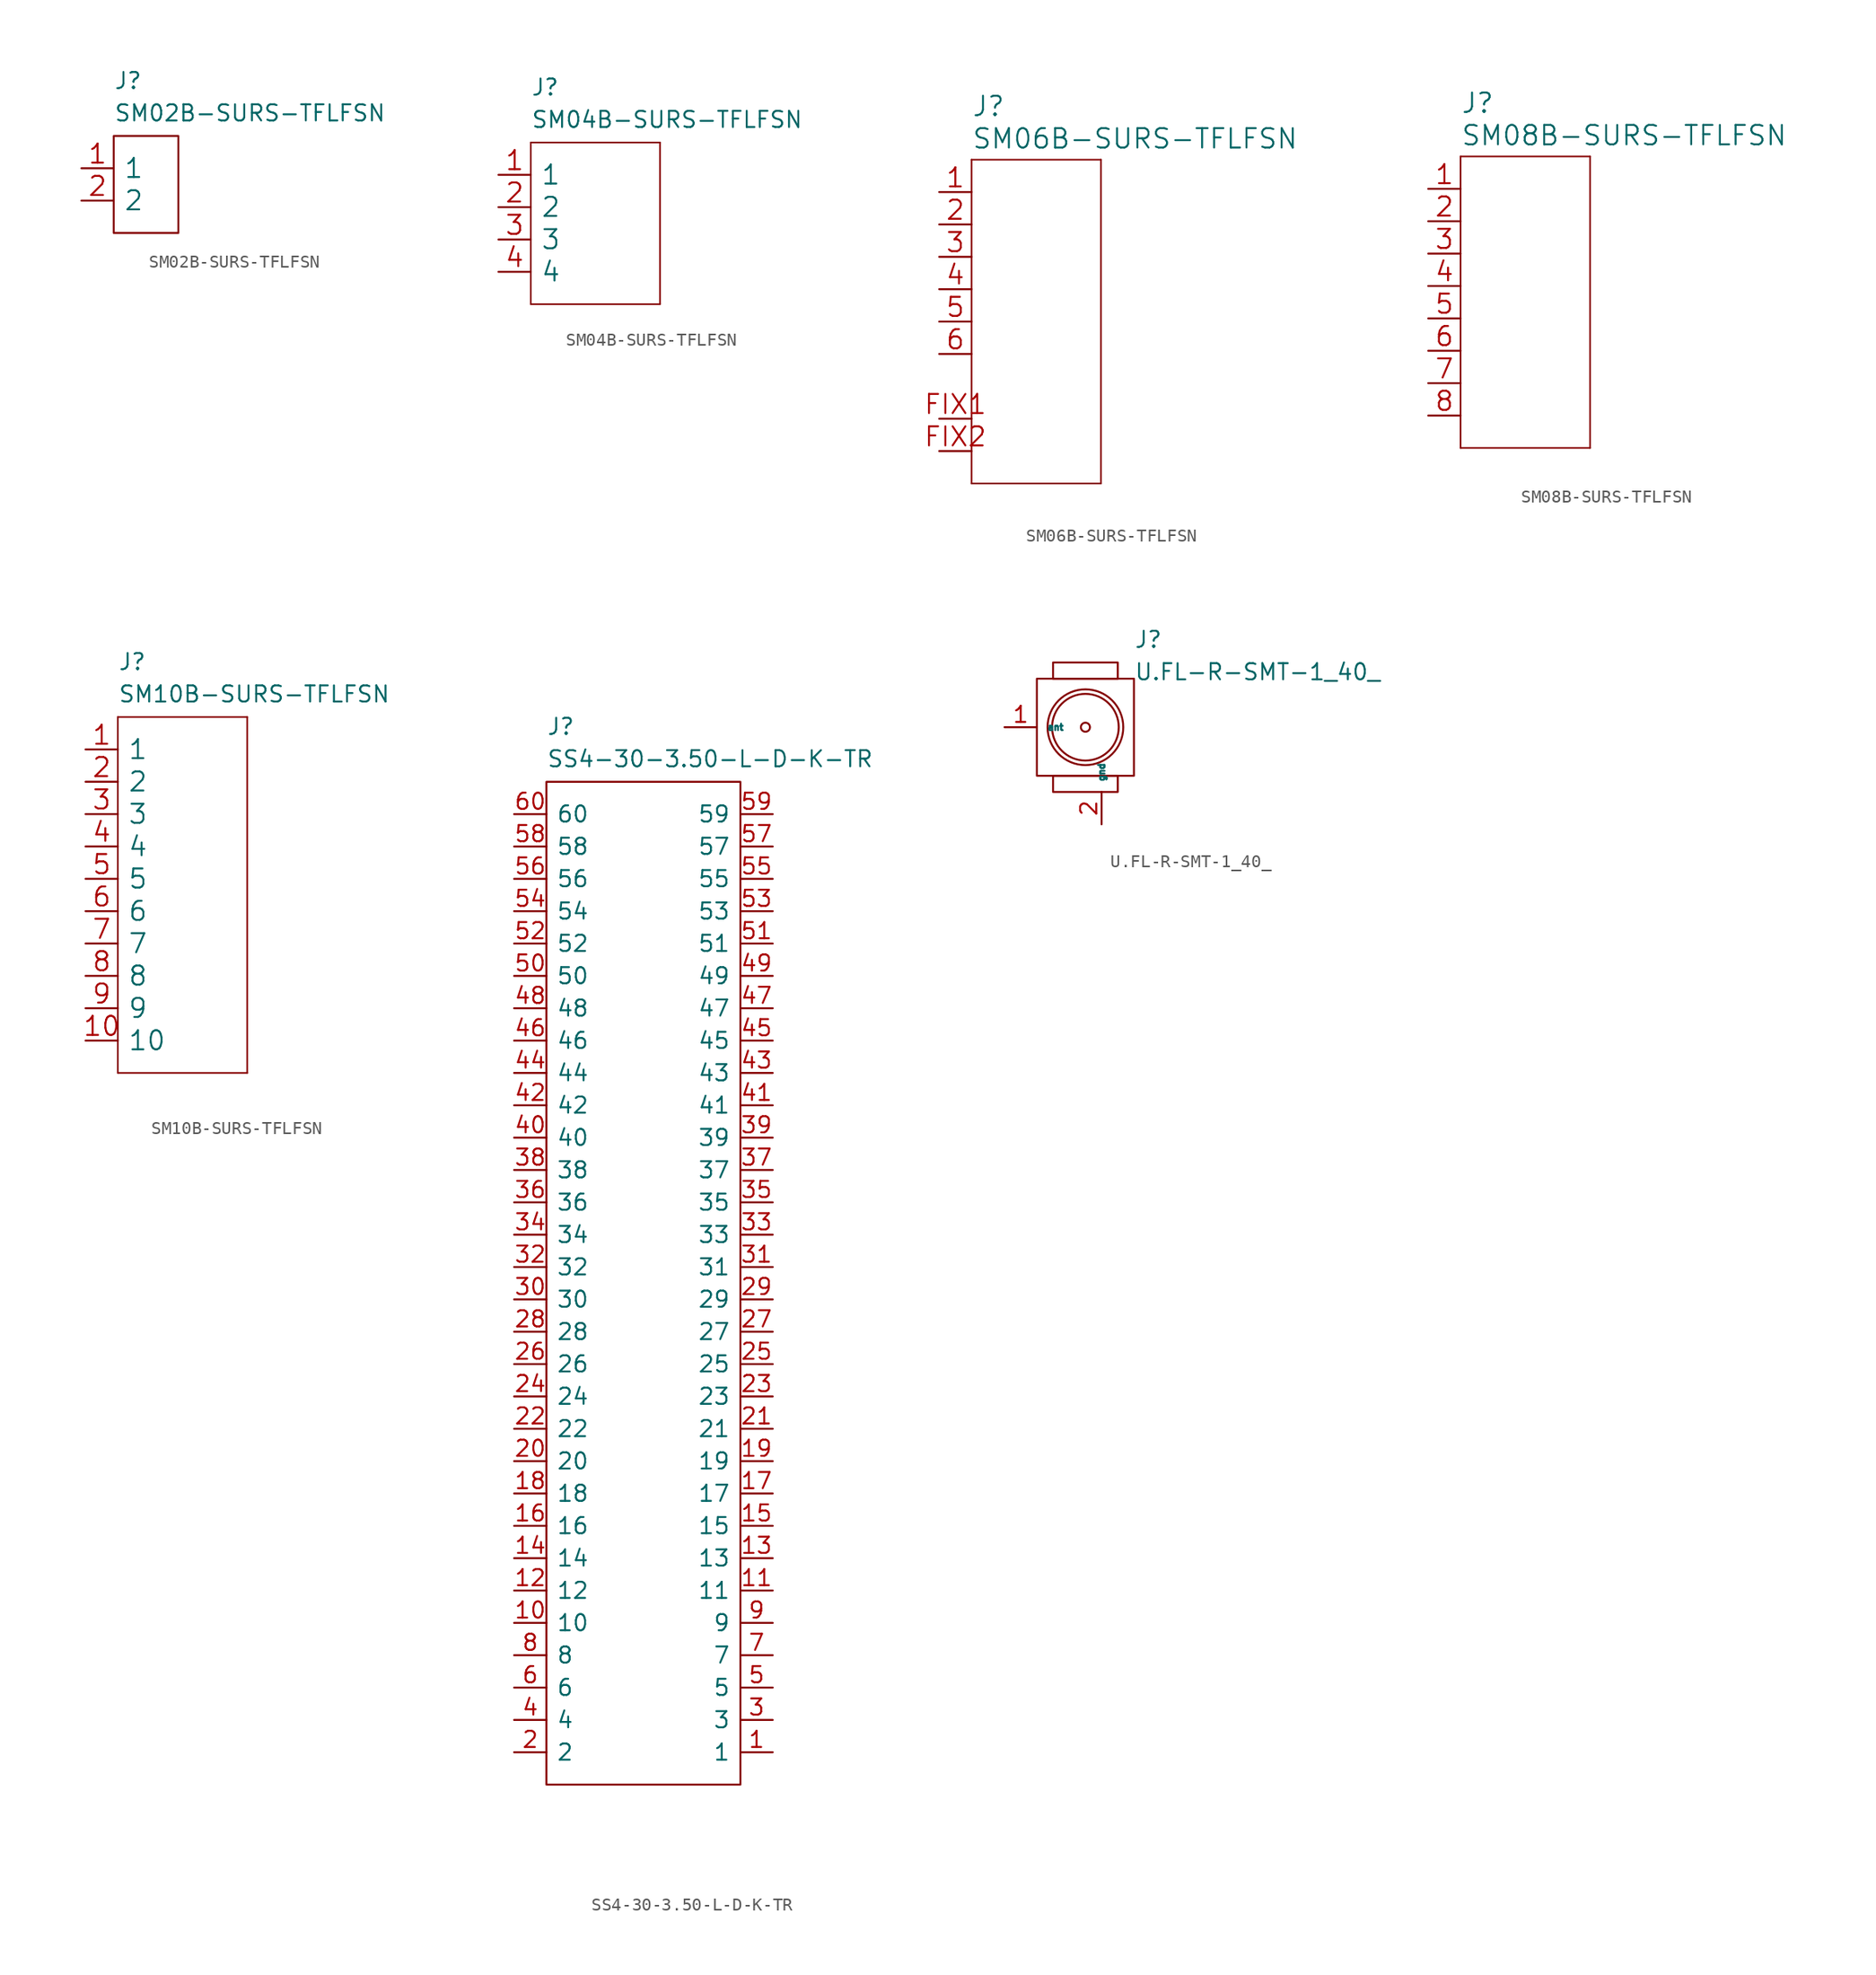
<source format=kicad_sym>
(kicad_symbol_lib
  (version 20241209)
  (generator "kicad_symbol_editor")
  (generator_version "9.0")
  (symbol "SM02B-SURS-TFLFSN"
    (pin_names
      (offset 0.762))
    (property "Reference" "J"
      (at 2.54 7.62 0)
      (effects (font (size 1.27 1.27)) (justify left top)))
    (property "Value" "SM02B-SURS-TFLFSN"
      (at 2.54 5.08 0)
      (effects (font (size 1.27 1.27)) (justify left top)))
    (symbol "SM02B-SURS-TFLFSN_0_1"
      (rectangle (start 2.54 2.54) (end 7.62 -5.08) (stroke (width 0) (type default)) (fill (type none))))
    (symbol "SM02B-SURS-TFLFSN_1_1"
      (pin free line (at 0 0 0) (length 2.54) (name "1" (effects (font (size 1.499 1.499)))) (number "1" (effects (font (size 1.499 1.499)))))
      (pin free line (at 0 -2.54 0) (length 2.54) (name "2" (effects (font (size 1.499 1.499)))) (number "2" (effects (font (size 1.499 1.499)))))))
  (symbol "SM04B-SURS-TFLFSN"
    (pin_names
      (offset 0.762))
    (property "Reference" "J"
      (at 2.54 7.62 0)
      (effects (font (size 1.27 1.27)) (justify left top)))
    (property "Value" "SM04B-SURS-TFLFSN"
      (at 2.54 5.08 0)
      (effects (font (size 1.27 1.27)) (justify left top)))
    (symbol "SM04B-SURS-TFLFSN_1_1"
      (polyline (pts (xy 2.54 2.54) (xy 2.54 -10.16)) (stroke (width 0.127) (type default)) (fill (type none)))
      (polyline (pts (xy 2.54 -10.16) (xy 12.7 -10.16)) (stroke (width 0.127) (type default)) (fill (type none)))
      (polyline (pts (xy 12.7 2.54) (xy 2.54 2.54)) (stroke (width 0.127) (type default)) (fill (type none)))
      (polyline (pts (xy 12.7 -10.16) (xy 12.7 2.54)) (stroke (width 0.127) (type default)) (fill (type none)))
      (pin free line (at 0 0 0) (length 2.54) (name "1" (effects (font (size 1.499 1.499)))) (number "1" (effects (font (size 1.499 1.499)))))
      (pin free line (at 0 -2.54 0) (length 2.54) (name "2" (effects (font (size 1.499 1.499)))) (number "2" (effects (font (size 1.499 1.499)))))
      (pin free line (at 0 -5.08 0) (length 2.54) (name "3" (effects (font (size 1.499 1.499)))) (number "3" (effects (font (size 1.499 1.499)))))
      (pin free line (at 0 -7.62 0) (length 2.54) (name "4" (effects (font (size 1.499 1.499)))) (number "4" (effects (font (size 1.499 1.499)))))))
  (symbol "SM06B-SURS-TFLFSN"
    (pin_names
      (offset 0.254)
      (hide yes))
    (property "Reference" "J"
      (at 2.54 7.62 0)
      (effects (font (size 1.524 1.524)) (justify left top)))
    (property "Value" "SM06B-SURS-TFLFSN"
      (at 2.54 5.08 0)
      (effects (font (size 1.524 1.524)) (justify left top)))
    (property "Datasheet" ""
      (at 0 0 0)
      (effects (font (size 1.524 1.524))))
    (symbol "SM06B-SURS-TFLFSN_1_1"
      (polyline (pts (xy 2.54 2.54) (xy 2.54 -22.86)) (stroke (width 0.127) (type default)) (fill (type none)))
      (polyline (pts (xy 2.54 -22.86) (xy 12.7 -22.86)) (stroke (width 0.127) (type default)) (fill (type none)))
      (polyline (pts (xy 12.7 2.54) (xy 2.54 2.54)) (stroke (width 0.127) (type default)) (fill (type none)))
      (polyline (pts (xy 12.7 -22.86) (xy 12.7 2.54)) (stroke (width 0.127) (type default)) (fill (type none)))
      (pin free line (at 0 0 0) (length 2.54) (name "1" (effects (font (size 1.499 1.499)))) (number "1" (effects (font (size 1.499 1.499)))))
      (pin free line (at 0 -2.54 0) (length 2.54) (name "2" (effects (font (size 1.499 1.499)))) (number "2" (effects (font (size 1.499 1.499)))))
      (pin free line (at 0 -5.08 0) (length 2.54) (name "3" (effects (font (size 1.499 1.499)))) (number "3" (effects (font (size 1.499 1.499)))))
      (pin free line (at 0 -7.62 0) (length 2.54) (name "4" (effects (font (size 1.499 1.499)))) (number "4" (effects (font (size 1.499 1.499)))))
      (pin free line (at 0 -10.16 0) (length 2.54) (name "5" (effects (font (size 1.499 1.499)))) (number "5" (effects (font (size 1.499 1.499)))))
      (pin free line (at 0 -12.7 0) (length 2.54) (name "6" (effects (font (size 1.499 1.499)))) (number "6" (effects (font (size 1.499 1.499)))))
      (pin free line (at 0 -17.78 0) (length 2.54) (name "FIX1" (effects (font (size 1.499 1.499)))) (number "FIX1" (effects (font (size 1.499 1.499)))))
      (pin free line (at 0 -20.32 0) (length 2.54) (name "FIX2" (effects (font (size 1.499 1.499)))) (number "FIX2" (effects (font (size 1.499 1.499)))))))
  (symbol "SM08B-SURS-TFLFSN"
    (pin_names
      (offset 0.254)
      (hide yes))
    (property "Reference" "J"
      (at 2.54 7.62 0)
      (effects (font (size 1.524 1.524)) (justify left top)))
    (property "Value" "SM08B-SURS-TFLFSN"
      (at 2.54 5.08 0)
      (effects (font (size 1.524 1.524)) (justify left top)))
    (property "Datasheet" ""
      (at 0 0 0)
      (effects (font (size 1.524 1.524))))
    (symbol "SM08B-SURS-TFLFSN_1_1"
      (polyline (pts (xy 2.54 2.54) (xy 2.54 -20.32)) (stroke (width 0.127) (type default)) (fill (type none)))
      (polyline (pts (xy 2.54 -20.32) (xy 12.7 -20.32)) (stroke (width 0.127) (type default)) (fill (type none)))
      (polyline (pts (xy 12.7 2.54) (xy 2.54 2.54)) (stroke (width 0.127) (type default)) (fill (type none)))
      (polyline (pts (xy 12.7 -20.32) (xy 12.7 2.54)) (stroke (width 0.127) (type default)) (fill (type none)))
      (pin free line (at 0 0 0) (length 2.54) (name "1" (effects (font (size 1.499 1.499)))) (number "1" (effects (font (size 1.499 1.499)))))
      (pin free line (at 0 -2.54 0) (length 2.54) (name "2" (effects (font (size 1.499 1.499)))) (number "2" (effects (font (size 1.499 1.499)))))
      (pin free line (at 0 -5.08 0) (length 2.54) (name "3" (effects (font (size 1.499 1.499)))) (number "3" (effects (font (size 1.499 1.499)))))
      (pin free line (at 0 -7.62 0) (length 2.54) (name "4" (effects (font (size 1.499 1.499)))) (number "4" (effects (font (size 1.499 1.499)))))
      (pin free line (at 0 -10.16 0) (length 2.54) (name "5" (effects (font (size 1.499 1.499)))) (number "5" (effects (font (size 1.499 1.499)))))
      (pin free line (at 0 -12.7 0) (length 2.54) (name "6" (effects (font (size 1.499 1.499)))) (number "6" (effects (font (size 1.499 1.499)))))
      (pin free line (at 0 -15.24 0) (length 2.54) (name "7" (effects (font (size 1.499 1.499)))) (number "7" (effects (font (size 1.499 1.499)))))
      (pin free line (at 0 -17.78 0) (length 2.54) (name "8" (effects (font (size 1.499 1.499)))) (number "8" (effects (font (size 1.499 1.499)))))))
  (symbol "SM10B-SURS-TFLFSN"
    (pin_names
      (offset 0.762))
    (property "Reference" "J"
      (at 2.54 7.62 0)
      (effects (font (size 1.27 1.27)) (justify left top)))
    (property "Value" "SM10B-SURS-TFLFSN"
      (at 2.54 5.08 0)
      (effects (font (size 1.27 1.27)) (justify left top)))
    (symbol "SM10B-SURS-TFLFSN_1_1"
      (polyline (pts (xy 2.54 2.54) (xy 2.54 -25.4)) (stroke (width 0.127) (type default)) (fill (type none)))
      (polyline (pts (xy 2.54 -25.4) (xy 12.7 -25.4)) (stroke (width 0.127) (type default)) (fill (type none)))
      (polyline (pts (xy 12.7 2.54) (xy 2.54 2.54)) (stroke (width 0.127) (type default)) (fill (type none)))
      (polyline (pts (xy 12.7 -25.4) (xy 12.7 2.54)) (stroke (width 0.127) (type default)) (fill (type none)))
      (pin free line (at 0 0 0) (length 2.54) (name "1" (effects (font (size 1.499 1.499)))) (number "1" (effects (font (size 1.499 1.499)))))
      (pin free line (at 0 -2.54 0) (length 2.54) (name "2" (effects (font (size 1.499 1.499)))) (number "2" (effects (font (size 1.499 1.499)))))
      (pin free line (at 0 -5.08 0) (length 2.54) (name "3" (effects (font (size 1.499 1.499)))) (number "3" (effects (font (size 1.499 1.499)))))
      (pin free line (at 0 -7.62 0) (length 2.54) (name "4" (effects (font (size 1.499 1.499)))) (number "4" (effects (font (size 1.499 1.499)))))
      (pin free line (at 0 -10.16 0) (length 2.54) (name "5" (effects (font (size 1.499 1.499)))) (number "5" (effects (font (size 1.499 1.499)))))
      (pin free line (at 0 -12.7 0) (length 2.54) (name "6" (effects (font (size 1.499 1.499)))) (number "6" (effects (font (size 1.499 1.499)))))
      (pin free line (at 0 -15.24 0) (length 2.54) (name "7" (effects (font (size 1.499 1.499)))) (number "7" (effects (font (size 1.499 1.499)))))
      (pin free line (at 0 -17.78 0) (length 2.54) (name "8" (effects (font (size 1.499 1.499)))) (number "8" (effects (font (size 1.499 1.499)))))
      (pin free line (at 0 -20.32 0) (length 2.54) (name "9" (effects (font (size 1.499 1.499)))) (number "9" (effects (font (size 1.499 1.499)))))
      (pin free line (at 0 -22.86 0) (length 2.54) (name "10" (effects (font (size 1.499 1.499)))) (number "10" (effects (font (size 1.499 1.499)))))))
  (symbol "SS4-30-3.50-L-D-K-TR"
    (pin_names
      (offset 0.762))
    (property "Reference" "J"
      (at 2.54 7.62 0)
      (effects (font (size 1.27 1.27)) (justify left top)))
    (property "Value" "SS4-30-3.50-L-D-K-TR"
      (at 2.54 5.08 0)
      (effects (font (size 1.27 1.27)) (justify left top)))
    (symbol "SS4-30-3.50-L-D-K-TR_0_0"
      (pin passive line (at 0 0 0) (length 2.54) (name "60" (effects (font (size 1.27 1.27)))) (number "60" (effects (font (size 1.27 1.27)))))
      (pin passive line (at 0 -2.54 0) (length 2.54) (name "58" (effects (font (size 1.27 1.27)))) (number "58" (effects (font (size 1.27 1.27)))))
      (pin passive line (at 0 -5.08 0) (length 2.54) (name "56" (effects (font (size 1.27 1.27)))) (number "56" (effects (font (size 1.27 1.27)))))
      (pin passive line (at 0 -7.62 0) (length 2.54) (name "54" (effects (font (size 1.27 1.27)))) (number "54" (effects (font (size 1.27 1.27)))))
      (pin passive line (at 0 -10.16 0) (length 2.54) (name "52" (effects (font (size 1.27 1.27)))) (number "52" (effects (font (size 1.27 1.27)))))
      (pin passive line (at 0 -12.7 0) (length 2.54) (name "50" (effects (font (size 1.27 1.27)))) (number "50" (effects (font (size 1.27 1.27)))))
      (pin passive line (at 0 -15.24 0) (length 2.54) (name "48" (effects (font (size 1.27 1.27)))) (number "48" (effects (font (size 1.27 1.27)))))
      (pin passive line (at 0 -17.78 0) (length 2.54) (name "46" (effects (font (size 1.27 1.27)))) (number "46" (effects (font (size 1.27 1.27)))))
      (pin passive line (at 0 -20.32 0) (length 2.54) (name "44" (effects (font (size 1.27 1.27)))) (number "44" (effects (font (size 1.27 1.27)))))
      (pin passive line (at 0 -22.86 0) (length 2.54) (name "42" (effects (font (size 1.27 1.27)))) (number "42" (effects (font (size 1.27 1.27)))))
      (pin passive line (at 0 -25.4 0) (length 2.54) (name "40" (effects (font (size 1.27 1.27)))) (number "40" (effects (font (size 1.27 1.27)))))
      (pin passive line (at 0 -27.94 0) (length 2.54) (name "38" (effects (font (size 1.27 1.27)))) (number "38" (effects (font (size 1.27 1.27)))))
      (pin passive line (at 0 -30.48 0) (length 2.54) (name "36" (effects (font (size 1.27 1.27)))) (number "36" (effects (font (size 1.27 1.27)))))
      (pin passive line (at 0 -33.02 0) (length 2.54) (name "34" (effects (font (size 1.27 1.27)))) (number "34" (effects (font (size 1.27 1.27)))))
      (pin passive line (at 0 -35.56 0) (length 2.54) (name "32" (effects (font (size 1.27 1.27)))) (number "32" (effects (font (size 1.27 1.27)))))
      (pin passive line (at 0 -38.1 0) (length 2.54) (name "30" (effects (font (size 1.27 1.27)))) (number "30" (effects (font (size 1.27 1.27)))))
      (pin passive line (at 0 -40.64 0) (length 2.54) (name "28" (effects (font (size 1.27 1.27)))) (number "28" (effects (font (size 1.27 1.27)))))
      (pin passive line (at 0 -43.18 0) (length 2.54) (name "26" (effects (font (size 1.27 1.27)))) (number "26" (effects (font (size 1.27 1.27)))))
      (pin passive line (at 0 -45.72 0) (length 2.54) (name "24" (effects (font (size 1.27 1.27)))) (number "24" (effects (font (size 1.27 1.27)))))
      (pin passive line (at 0 -48.26 0) (length 2.54) (name "22" (effects (font (size 1.27 1.27)))) (number "22" (effects (font (size 1.27 1.27)))))
      (pin passive line (at 0 -50.8 0) (length 2.54) (name "20" (effects (font (size 1.27 1.27)))) (number "20" (effects (font (size 1.27 1.27)))))
      (pin passive line (at 0 -53.34 0) (length 2.54) (name "18" (effects (font (size 1.27 1.27)))) (number "18" (effects (font (size 1.27 1.27)))))
      (pin passive line (at 0 -55.88 0) (length 2.54) (name "16" (effects (font (size 1.27 1.27)))) (number "16" (effects (font (size 1.27 1.27)))))
      (pin passive line (at 0 -58.42 0) (length 2.54) (name "14" (effects (font (size 1.27 1.27)))) (number "14" (effects (font (size 1.27 1.27)))))
      (pin passive line (at 0 -60.96 0) (length 2.54) (name "12" (effects (font (size 1.27 1.27)))) (number "12" (effects (font (size 1.27 1.27)))))
      (pin passive line (at 0 -63.5 0) (length 2.54) (name "10" (effects (font (size 1.27 1.27)))) (number "10" (effects (font (size 1.27 1.27)))))
      (pin passive line (at 0 -66.04 0) (length 2.54) (name "8" (effects (font (size 1.27 1.27)))) (number "8" (effects (font (size 1.27 1.27)))))
      (pin passive line (at 0 -68.58 0) (length 2.54) (name "6" (effects (font (size 1.27 1.27)))) (number "6" (effects (font (size 1.27 1.27)))))
      (pin passive line (at 0 -71.12 0) (length 2.54) (name "4" (effects (font (size 1.27 1.27)))) (number "4" (effects (font (size 1.27 1.27)))))
      (pin passive line (at 0 -73.66 0) (length 2.54) (name "2" (effects (font (size 1.27 1.27)))) (number "2" (effects (font (size 1.27 1.27)))))
      (pin passive line (at 20.32 0 180) (length 2.54) (name "59" (effects (font (size 1.27 1.27)))) (number "59" (effects (font (size 1.27 1.27)))))
      (pin passive line (at 20.32 -2.54 180) (length 2.54) (name "57" (effects (font (size 1.27 1.27)))) (number "57" (effects (font (size 1.27 1.27)))))
      (pin passive line (at 20.32 -5.08 180) (length 2.54) (name "55" (effects (font (size 1.27 1.27)))) (number "55" (effects (font (size 1.27 1.27)))))
      (pin passive line (at 20.32 -7.62 180) (length 2.54) (name "53" (effects (font (size 1.27 1.27)))) (number "53" (effects (font (size 1.27 1.27)))))
      (pin passive line (at 20.32 -10.16 180) (length 2.54) (name "51" (effects (font (size 1.27 1.27)))) (number "51" (effects (font (size 1.27 1.27)))))
      (pin passive line (at 20.32 -12.7 180) (length 2.54) (name "49" (effects (font (size 1.27 1.27)))) (number "49" (effects (font (size 1.27 1.27)))))
      (pin passive line (at 20.32 -15.24 180) (length 2.54) (name "47" (effects (font (size 1.27 1.27)))) (number "47" (effects (font (size 1.27 1.27)))))
      (pin passive line (at 20.32 -17.78 180) (length 2.54) (name "45" (effects (font (size 1.27 1.27)))) (number "45" (effects (font (size 1.27 1.27)))))
      (pin passive line (at 20.32 -20.32 180) (length 2.54) (name "43" (effects (font (size 1.27 1.27)))) (number "43" (effects (font (size 1.27 1.27)))))
      (pin passive line (at 20.32 -22.86 180) (length 2.54) (name "41" (effects (font (size 1.27 1.27)))) (number "41" (effects (font (size 1.27 1.27)))))
      (pin passive line (at 20.32 -25.4 180) (length 2.54) (name "39" (effects (font (size 1.27 1.27)))) (number "39" (effects (font (size 1.27 1.27)))))
      (pin passive line (at 20.32 -27.94 180) (length 2.54) (name "37" (effects (font (size 1.27 1.27)))) (number "37" (effects (font (size 1.27 1.27)))))
      (pin passive line (at 20.32 -30.48 180) (length 2.54) (name "35" (effects (font (size 1.27 1.27)))) (number "35" (effects (font (size 1.27 1.27)))))
      (pin passive line (at 20.32 -33.02 180) (length 2.54) (name "33" (effects (font (size 1.27 1.27)))) (number "33" (effects (font (size 1.27 1.27)))))
      (pin passive line (at 20.32 -35.56 180) (length 2.54) (name "31" (effects (font (size 1.27 1.27)))) (number "31" (effects (font (size 1.27 1.27)))))
      (pin passive line (at 20.32 -38.1 180) (length 2.54) (name "29" (effects (font (size 1.27 1.27)))) (number "29" (effects (font (size 1.27 1.27)))))
      (pin passive line (at 20.32 -40.64 180) (length 2.54) (name "27" (effects (font (size 1.27 1.27)))) (number "27" (effects (font (size 1.27 1.27)))))
      (pin passive line (at 20.32 -43.18 180) (length 2.54) (name "25" (effects (font (size 1.27 1.27)))) (number "25" (effects (font (size 1.27 1.27)))))
      (pin passive line (at 20.32 -45.72 180) (length 2.54) (name "23" (effects (font (size 1.27 1.27)))) (number "23" (effects (font (size 1.27 1.27)))))
      (pin passive line (at 20.32 -48.26 180) (length 2.54) (name "21" (effects (font (size 1.27 1.27)))) (number "21" (effects (font (size 1.27 1.27)))))
      (pin passive line (at 20.32 -50.8 180) (length 2.54) (name "19" (effects (font (size 1.27 1.27)))) (number "19" (effects (font (size 1.27 1.27)))))
      (pin passive line (at 20.32 -53.34 180) (length 2.54) (name "17" (effects (font (size 1.27 1.27)))) (number "17" (effects (font (size 1.27 1.27)))))
      (pin passive line (at 20.32 -55.88 180) (length 2.54) (name "15" (effects (font (size 1.27 1.27)))) (number "15" (effects (font (size 1.27 1.27)))))
      (pin passive line (at 20.32 -58.42 180) (length 2.54) (name "13" (effects (font (size 1.27 1.27)))) (number "13" (effects (font (size 1.27 1.27)))))
      (pin passive line (at 20.32 -60.96 180) (length 2.54) (name "11" (effects (font (size 1.27 1.27)))) (number "11" (effects (font (size 1.27 1.27)))))
      (pin passive line (at 20.32 -63.5 180) (length 2.54) (name "9" (effects (font (size 1.27 1.27)))) (number "9" (effects (font (size 1.27 1.27)))))
      (pin passive line (at 20.32 -66.04 180) (length 2.54) (name "7" (effects (font (size 1.27 1.27)))) (number "7" (effects (font (size 1.27 1.27)))))
      (pin passive line (at 20.32 -68.58 180) (length 2.54) (name "5" (effects (font (size 1.27 1.27)))) (number "5" (effects (font (size 1.27 1.27)))))
      (pin passive line (at 20.32 -71.12 180) (length 2.54) (name "3" (effects (font (size 1.27 1.27)))) (number "3" (effects (font (size 1.27 1.27)))))
      (pin passive line (at 20.32 -73.66 180) (length 2.54) (name "1" (effects (font (size 1.27 1.27)))) (number "1" (effects (font (size 1.27 1.27))))))
    (symbol "SS4-30-3.50-L-D-K-TR_0_1"
      (polyline (pts (xy 2.54 2.54) (xy 17.78 2.54) (xy 17.78 -76.2) (xy 2.54 -76.2) (xy 2.54 2.54)) (stroke (width 0.152) (type default)) (fill (type none)))))
  (symbol "U.FL-R-SMT-1_40_"
    (pin_names
      (offset 0.762))
    (property "Reference" "J"
      (at 10.16 7.62 0)
      (effects (font (size 1.27 1.27)) (justify left top)))
    (property "Value" "U.FL-R-SMT-1_40_"
      (at 10.16 5.08 0)
      (effects (font (size 1.27 1.27)) (justify left top)))
    (symbol "U.FL-R-SMT-1_40__0_1"
      (rectangle (start 3.81 5.08) (end 8.89 3.81) (stroke (width 0.152) (type default)) (fill (type none)))
      (rectangle (start 3.81 -3.81) (end 8.89 -5.08) (stroke (width 0.152) (type default)) (fill (type none))))
    (symbol "U.FL-R-SMT-1_40__1_1"
      (rectangle (start 2.54 3.81) (end 10.16 -3.81) (stroke (width 0) (type default)) (fill (type none)))
      (circle (center 6.35 0) (radius 0.356) (stroke (width 0) (type default)) (fill (type none)))
      (circle (center 6.35 0) (radius 2.616) (stroke (width 0) (type default)) (fill (type none)))
      (circle (center 6.35 0) (radius 2.972) (stroke (width 0) (type default)) (fill (type none)))
      (pin input line (at 0 0 0) (length 2.54) (name "ant" (effects (font (size 0.508 0.508)))) (number "1" (effects (font (size 1.27 1.27)))))
      (pin passive line (at 7.62 -7.62 90) (length 2.54) (name "gnd" (effects (font (size 0.508 0.508)))) (number "2" (effects (font (size 1.27 1.27)))))
      (pin passive line (at 7.62 -7.62 90) (length 2.54) (hide yes) (name "gnd" (effects (font (size 0.508 0.508)))) (number "3" (effects (font (size 1.27 1.27))))))))
</source>
